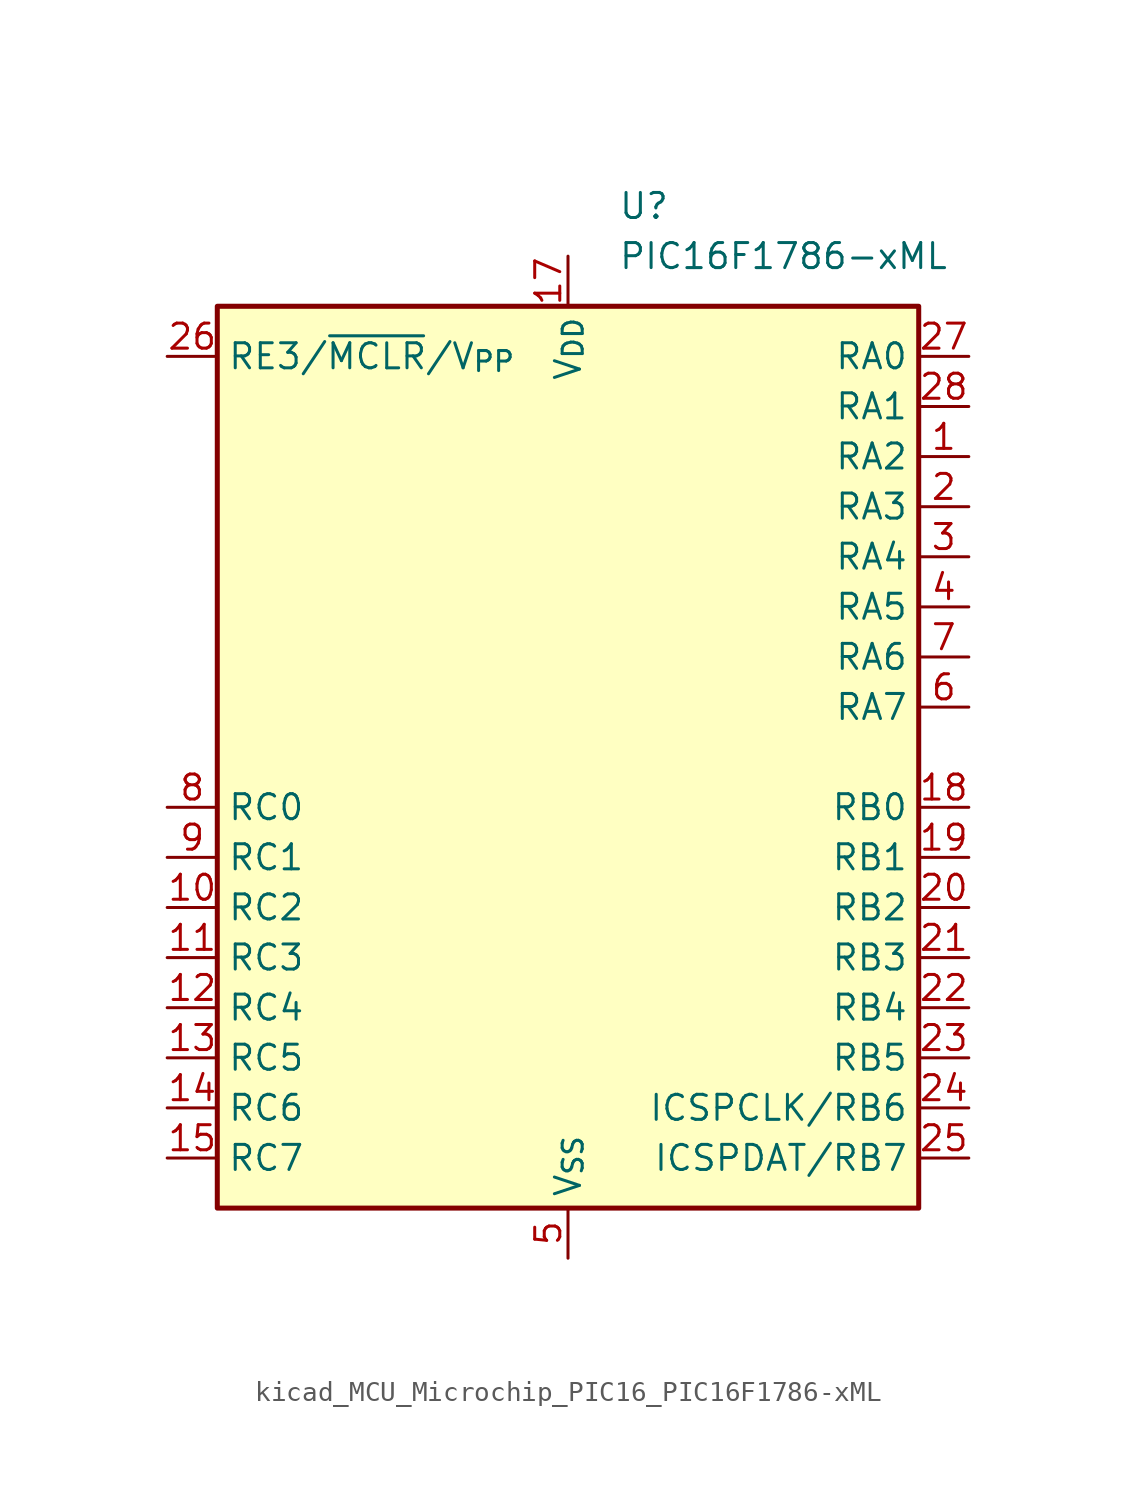
<source format=kicad_sym>
(kicad_symbol_lib
  (version 20220914)
  (generator kicad_symbol_editor)
  (symbol "kicad_MCU_Microchip_PIC16_PIC16F1786-xML"
    (property "Reference" "U"
      (at 2.54 27.94 0)
      (effects (font (size 1.27 1.27)) (justify left)))
    (property "Value" "PIC16F1786-xML"
      (at 2.54 25.4 0)
      (effects (font (size 1.27 1.27)) (justify left)))
    (symbol "kicad_MCU_Microchip_PIC16_PIC16F1786-xML_0_1"
      (rectangle (start -17.78 -22.86) (end 17.78 22.86) (stroke (width 0.254) (type default)) (fill (type background))))
    (symbol "kicad_MCU_Microchip_PIC16_PIC16F1786-xML_1_1"
      (pin bidirectional line (at 20.32 15.24 180) (length 2.54) (name "RA2" (effects (font (size 1.27 1.27)))) (number "1" (effects (font (size 1.27 1.27)))))
      (pin bidirectional line (at -20.32 -7.62 0) (length 2.54) (name "RC2" (effects (font (size 1.27 1.27)))) (number "10" (effects (font (size 1.27 1.27)))))
      (pin bidirectional line (at -20.32 -10.16 0) (length 2.54) (name "RC3" (effects (font (size 1.27 1.27)))) (number "11" (effects (font (size 1.27 1.27)))))
      (pin bidirectional line (at -20.32 -12.7 0) (length 2.54) (name "RC4" (effects (font (size 1.27 1.27)))) (number "12" (effects (font (size 1.27 1.27)))))
      (pin bidirectional line (at -20.32 -15.24 0) (length 2.54) (name "RC5" (effects (font (size 1.27 1.27)))) (number "13" (effects (font (size 1.27 1.27)))))
      (pin bidirectional line (at -20.32 -17.78 0) (length 2.54) (name "RC6" (effects (font (size 1.27 1.27)))) (number "14" (effects (font (size 1.27 1.27)))))
      (pin bidirectional line (at -20.32 -20.32 0) (length 2.54) (name "RC7" (effects (font (size 1.27 1.27)))) (number "15" (effects (font (size 1.27 1.27)))))
      (pin passive line (at 0 -25.4 90) (length 2.54) hide (name "V_{SS}" (effects (font (size 1.27 1.27)))) (number "16" (effects (font (size 1.27 1.27)))))
      (pin power_in line (at 0 25.4 270) (length 2.54) (name "V_{DD}" (effects (font (size 1.27 1.27)))) (number "17" (effects (font (size 1.27 1.27)))))
      (pin bidirectional line (at 20.32 -2.54 180) (length 2.54) (name "RB0" (effects (font (size 1.27 1.27)))) (number "18" (effects (font (size 1.27 1.27)))))
      (pin bidirectional line (at 20.32 -5.08 180) (length 2.54) (name "RB1" (effects (font (size 1.27 1.27)))) (number "19" (effects (font (size 1.27 1.27)))))
      (pin bidirectional line (at 20.32 12.7 180) (length 2.54) (name "RA3" (effects (font (size 1.27 1.27)))) (number "2" (effects (font (size 1.27 1.27)))))
      (pin bidirectional line (at 20.32 -7.62 180) (length 2.54) (name "RB2" (effects (font (size 1.27 1.27)))) (number "20" (effects (font (size 1.27 1.27)))))
      (pin bidirectional line (at 20.32 -10.16 180) (length 2.54) (name "RB3" (effects (font (size 1.27 1.27)))) (number "21" (effects (font (size 1.27 1.27)))))
      (pin bidirectional line (at 20.32 -12.7 180) (length 2.54) (name "RB4" (effects (font (size 1.27 1.27)))) (number "22" (effects (font (size 1.27 1.27)))))
      (pin bidirectional line (at 20.32 -15.24 180) (length 2.54) (name "RB5" (effects (font (size 1.27 1.27)))) (number "23" (effects (font (size 1.27 1.27)))))
      (pin bidirectional line (at 20.32 -17.78 180) (length 2.54) (name "ICSPCLK/RB6" (effects (font (size 1.27 1.27)))) (number "24" (effects (font (size 1.27 1.27)))))
      (pin bidirectional line (at 20.32 -20.32 180) (length 2.54) (name "ICSPDAT/RB7" (effects (font (size 1.27 1.27)))) (number "25" (effects (font (size 1.27 1.27)))))
      (pin input line (at -20.32 20.32 0) (length 2.54) (name "RE3/~{MCLR}/V_{PP}" (effects (font (size 1.27 1.27)))) (number "26" (effects (font (size 1.27 1.27)))))
      (pin bidirectional line (at 20.32 20.32 180) (length 2.54) (name "RA0" (effects (font (size 1.27 1.27)))) (number "27" (effects (font (size 1.27 1.27)))))
      (pin bidirectional line (at 20.32 17.78 180) (length 2.54) (name "RA1" (effects (font (size 1.27 1.27)))) (number "28" (effects (font (size 1.27 1.27)))))
      (pin bidirectional line (at 20.32 10.16 180) (length 2.54) (name "RA4" (effects (font (size 1.27 1.27)))) (number "3" (effects (font (size 1.27 1.27)))))
      (pin bidirectional line (at 20.32 7.62 180) (length 2.54) (name "RA5" (effects (font (size 1.27 1.27)))) (number "4" (effects (font (size 1.27 1.27)))))
      (pin power_in line (at 0 -25.4 90) (length 2.54) (name "V_{SS}" (effects (font (size 1.27 1.27)))) (number "5" (effects (font (size 1.27 1.27)))))
      (pin bidirectional line (at 20.32 2.54 180) (length 2.54) (name "RA7" (effects (font (size 1.27 1.27)))) (number "6" (effects (font (size 1.27 1.27)))))
      (pin bidirectional line (at 20.32 5.08 180) (length 2.54) (name "RA6" (effects (font (size 1.27 1.27)))) (number "7" (effects (font (size 1.27 1.27)))))
      (pin bidirectional line (at -20.32 -2.54 0) (length 2.54) (name "RC0" (effects (font (size 1.27 1.27)))) (number "8" (effects (font (size 1.27 1.27)))))
      (pin bidirectional line (at -20.32 -5.08 0) (length 2.54) (name "RC1" (effects (font (size 1.27 1.27)))) (number "9" (effects (font (size 1.27 1.27))))))))
</source>
